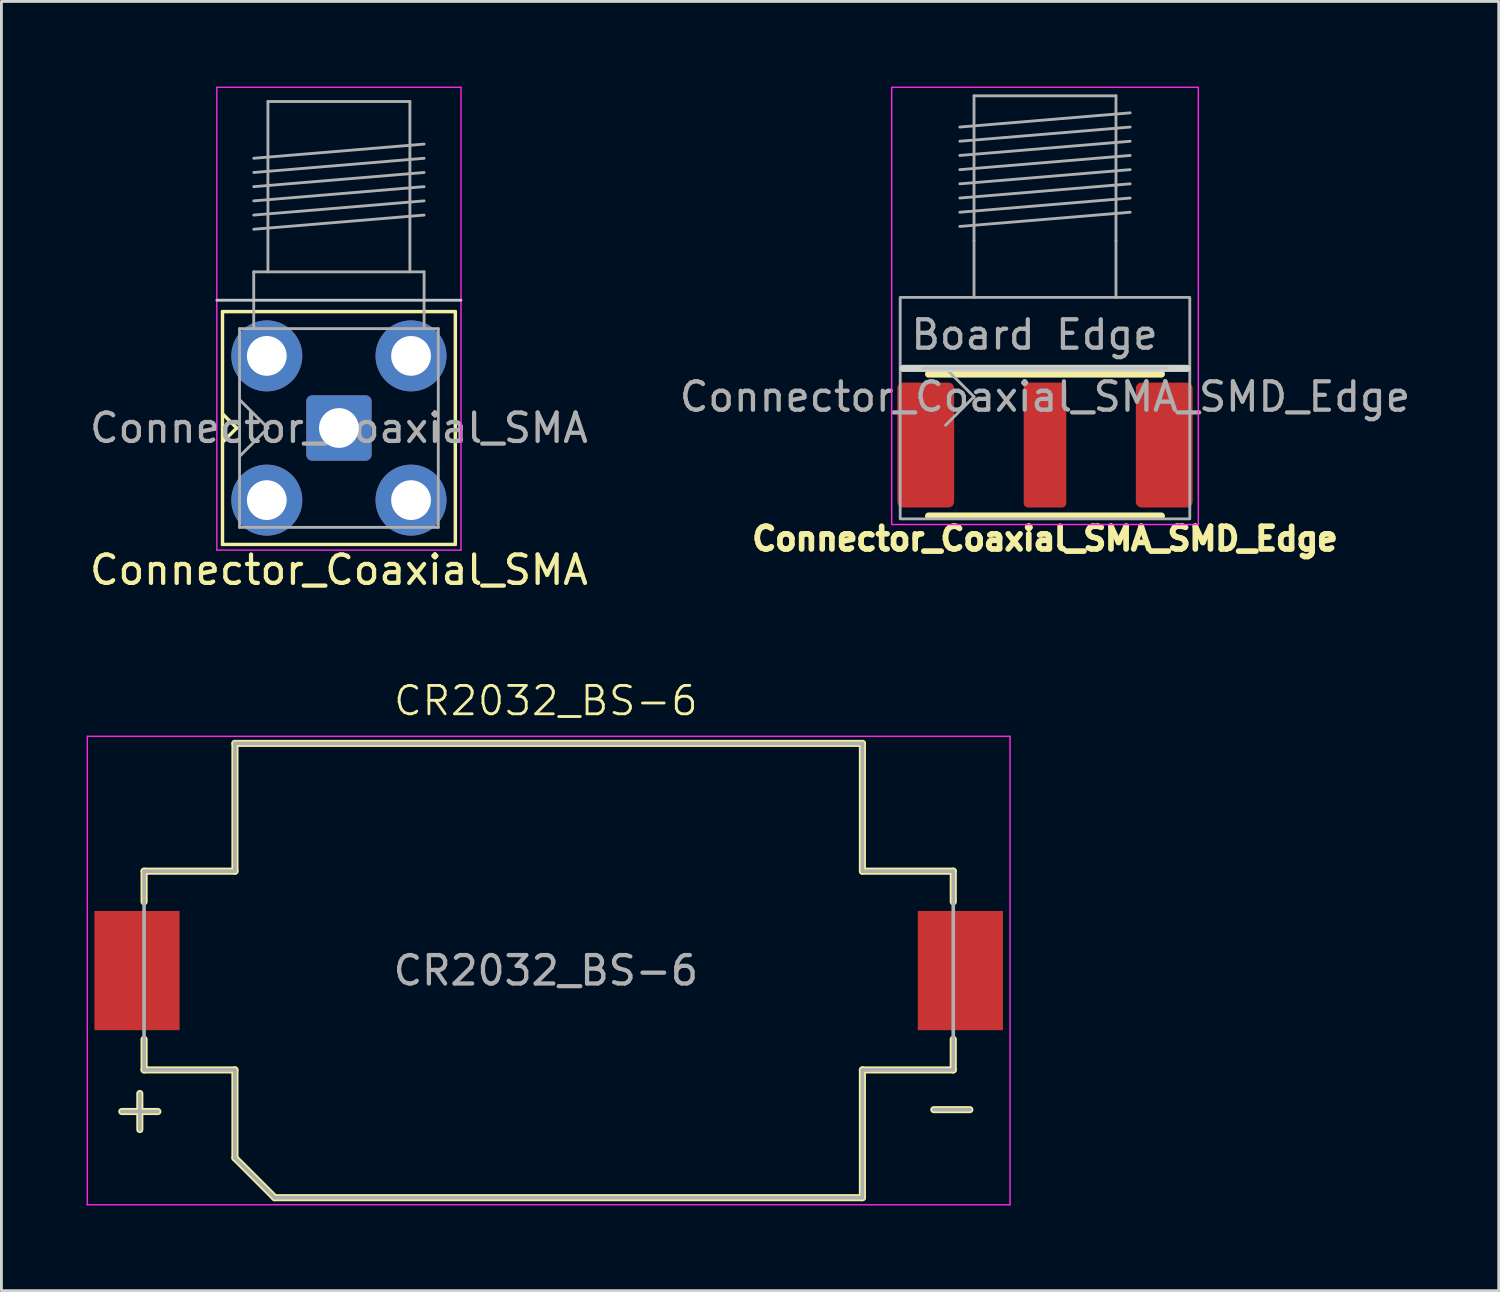
<source format=kicad_pcb>
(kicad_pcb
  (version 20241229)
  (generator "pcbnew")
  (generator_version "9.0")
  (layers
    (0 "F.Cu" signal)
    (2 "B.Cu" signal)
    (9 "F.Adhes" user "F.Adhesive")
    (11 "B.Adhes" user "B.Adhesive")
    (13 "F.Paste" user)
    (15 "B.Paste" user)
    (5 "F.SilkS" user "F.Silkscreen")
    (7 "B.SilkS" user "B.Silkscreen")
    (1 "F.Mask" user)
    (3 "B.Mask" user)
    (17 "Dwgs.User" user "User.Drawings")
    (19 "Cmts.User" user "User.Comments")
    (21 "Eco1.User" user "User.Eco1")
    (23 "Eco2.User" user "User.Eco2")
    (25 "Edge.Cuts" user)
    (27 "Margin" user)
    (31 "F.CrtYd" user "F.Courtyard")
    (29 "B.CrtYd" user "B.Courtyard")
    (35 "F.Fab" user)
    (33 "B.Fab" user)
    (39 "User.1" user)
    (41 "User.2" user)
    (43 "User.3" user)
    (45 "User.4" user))
  (footprint "Connector_Coaxial_SMA_SMD_Edge"
    (layer "F.Cu")
    (at 33.756 10.925)
    (property "Reference" "Connector_Coaxial_SMA_SMD_Edge" (at 0 5 0) (unlocked yes) (layer "F.SilkS") (effects (font (size 0.8 0.8) (thickness 0.2) (bold yes))))
    (attr through_hole)
    (fp_line (start -4.1 -0.8) (end 4.1 -0.8) (stroke (width 0.25) (type solid)) (layer "F.SilkS"))
    (fp_line (start -4.1 4.2) (end 4.1 4.2) (stroke (width 0.25) (type solid)) (layer "F.SilkS"))
    (fp_line (start 4.3 -1) (end -4.3 -1) (stroke (width 0.1) (type solid)) (layer "Dwgs.User"))
    (fp_line (start -5 -1) (end 5 -1) (stroke (width 0.25) (type default)) (layer "Edge.Cuts"))
    (fp_rect (start -5.4 4.5) (end 5.4 -10.9) (stroke (width 0.05) (type default)) (fill no) (layer "F.CrtYd"))
    (fp_line (start -3.5 -1) (end -2.5 0) (stroke (width 0.1) (type solid)) (layer "F.Fab"))
    (fp_line (start -3 -9.5) (end 3 -10) (stroke (width 0.1) (type solid)) (layer "F.Fab"))
    (fp_line (start -3 -9) (end 3 -9.5) (stroke (width 0.1) (type solid)) (layer "F.Fab"))
    (fp_line (start -3 -8.5) (end 3 -9) (stroke (width 0.1) (type solid)) (layer "F.Fab"))
    (fp_line (start -3 -8) (end 3 -8.5) (stroke (width 0.1) (type solid)) (layer "F.Fab"))
    (fp_line (start -3 -7.5) (end 3 -8) (stroke (width 0.1) (type solid)) (layer "F.Fab"))
    (fp_line (start -3 -7) (end 3 -7.5) (stroke (width 0.1) (type solid)) (layer "F.Fab"))
    (fp_line (start -3 -6.5) (end 3 -7) (stroke (width 0.1) (type solid)) (layer "F.Fab"))
    (fp_line (start -3 -6) (end 3 -6.5) (stroke (width 0.1) (type solid)) (layer "F.Fab"))
    (fp_line (start -2.5 -10.6) (end -2.5 -5.5) (stroke (width 0.1) (type solid)) (layer "F.Fab"))
    (fp_line (start -2.5 -10.6) (end 2.5 -10.6) (stroke (width 0.1) (type solid)) (layer "F.Fab"))
    (fp_line (start -2.5 -5.5) (end -2.5 -3.5) (stroke (width 0.1) (type solid)) (layer "F.Fab"))
    (fp_line (start -2.5 0) (end -3.5 1) (stroke (width 0.1) (type solid)) (layer "F.Fab"))
    (fp_line (start 2.5 -10.6) (end 2.5 -5.5) (stroke (width 0.1) (type solid)) (layer "F.Fab"))
    (fp_line (start 2.5 -5.5) (end 2.5 -3.5) (stroke (width 0.1) (type solid)) (layer "F.Fab"))
    (fp_rect (start -5.1 -3.5) (end 5.1 4.3) (stroke (width 0.1) (type default)) (fill no) (layer "F.Fab"))
    (fp_text user "${REFERENCE}" (at 0 0 0) (unlocked yes) (layer "F.Fab") (effects (font (size 1 1) (thickness 0.15))))
    (fp_text user "Board Edge" (at -4.8 -1.6 0) (unlocked yes) (layer "F.Fab") (effects (font (size 1 1) (thickness 0.15)) (justify left bottom)))
    (pad "1" smd roundrect (at 0 1.7) (size 1.5 4.4) (layers "F.Cu" "F.Mask" "F.Paste") (roundrect_rratio 0.1))
    (pad "2" smd roundrect (at -4.2 1.7) (size 2 4.4) (layers "F.Cu" "F.Mask" "F.Paste") (roundrect_rratio 0.1))
    (pad "2" smd roundrect (at 4.2 1.7) (size 2 4.4) (layers "F.Cu" "F.Mask" "F.Paste") (roundrect_rratio 0.1)))
  (footprint "CR2032_BS-6"
    (layer "F.Cu")
    (at 16.175 31.134)
    (property "Reference" "CR2032_BS-6" (at 0 -9.5 0) (unlocked yes) (layer "F.SilkS") (effects (font (size 1 1) (thickness 0.1))))
    (attr smd)
    (fp_line (start -14.3 5.6) (end -14.3 4.33) (stroke (width 0.25) (type solid)) (layer "F.SilkS"))
    (fp_line (start -14.15 -3.5) (end -14.15 -2.42) (stroke (width 0.25) (type solid)) (layer "F.SilkS"))
    (fp_line (start -14.15 2.42) (end -14.15 3.5) (stroke (width 0.25) (type solid)) (layer "F.SilkS"))
    (fp_line (start -14.15 3.5) (end -10.95 3.5) (stroke (width 0.25) (type solid)) (layer "F.SilkS"))
    (fp_line (start -13.665 4.965) (end -14.935 4.965) (stroke (width 0.25) (type solid)) (layer "F.SilkS"))
    (fp_line (start -10.95 -8) (end 11.15 -8) (stroke (width 0.25) (type solid)) (layer "F.SilkS"))
    (fp_line (start -10.95 -3.5) (end -14.15 -3.5) (stroke (width 0.25) (type solid)) (layer "F.SilkS"))
    (fp_line (start -10.95 -3.5) (end -10.95 -8) (stroke (width 0.25) (type solid)) (layer "F.SilkS"))
    (fp_line (start -10.95 6.6) (end -10.95 3.5) (stroke (width 0.25) (type solid)) (layer "F.SilkS"))
    (fp_line (start -9.55 8) (end -10.95 6.6) (stroke (width 0.25) (type solid)) (layer "F.SilkS"))
    (fp_line (start 11.15 -8) (end 11.15 -3.5) (stroke (width 0.25) (type solid)) (layer "F.SilkS"))
    (fp_line (start 11.15 3.5) (end 11.15 8) (stroke (width 0.25) (type solid)) (layer "F.SilkS"))
    (fp_line (start 11.15 3.5) (end 14.35 3.5) (stroke (width 0.25) (type solid)) (layer "F.SilkS"))
    (fp_line (start 11.15 8) (end -9.55 8) (stroke (width 0.25) (type solid)) (layer "F.SilkS"))
    (fp_line (start 13.665 4.9) (end 14.935 4.9) (stroke (width 0.25) (type solid)) (layer "F.SilkS"))
    (fp_line (start 14.35 -3.5) (end 11.15 -3.5) (stroke (width 0.25) (type solid)) (layer "F.SilkS"))
    (fp_line (start 14.35 -3.5) (end 14.35 -2.42) (stroke (width 0.25) (type solid)) (layer "F.SilkS"))
    (fp_line (start 14.35 3.5) (end 14.35 2.42) (stroke (width 0.25) (type solid)) (layer "F.SilkS"))
    (fp_line (start -16.15 -8.25) (end -16.15 8.25) (stroke (width 0.05) (type solid)) (layer "F.CrtYd"))
    (fp_line (start -16.15 8.25) (end 16.35 8.25) (stroke (width 0.05) (type solid)) (layer "F.CrtYd"))
    (fp_line (start 16.35 -8.25) (end -16.15 -8.25) (stroke (width 0.05) (type solid)) (layer "F.CrtYd"))
    (fp_line (start 16.35 8.25) (end 16.35 -8.25) (stroke (width 0.05) (type solid)) (layer "F.CrtYd"))
    (fp_line (start -14.3 5.6) (end -14.3 4.33) (stroke (width 0.127) (type solid)) (layer "F.Fab"))
    (fp_line (start -14.15 -3.5) (end -14.15 3.5) (stroke (width 0.127) (type solid)) (layer "F.Fab"))
    (fp_line (start -14.15 3.5) (end -10.95 3.5) (stroke (width 0.127) (type solid)) (layer "F.Fab"))
    (fp_line (start -13.665 4.965) (end -14.935 4.965) (stroke (width 0.127) (type solid)) (layer "F.Fab"))
    (fp_line (start -10.95 -8) (end 11.15 -8) (stroke (width 0.127) (type solid)) (layer "F.Fab"))
    (fp_line (start -10.95 -3.5) (end -14.15 -3.5) (stroke (width 0.127) (type solid)) (layer "F.Fab"))
    (fp_line (start -10.95 -3.5) (end -10.95 -8) (stroke (width 0.127) (type solid)) (layer "F.Fab"))
    (fp_line (start -10.95 6.6) (end -10.95 3.5) (stroke (width 0.127) (type solid)) (layer "F.Fab"))
    (fp_line (start -9.55 8) (end -10.95 6.6) (stroke (width 0.127) (type solid)) (layer "F.Fab"))
    (fp_line (start 11.15 -8) (end 11.15 -3.5) (stroke (width 0.127) (type solid)) (layer "F.Fab"))
    (fp_line (start 11.15 3.5) (end 11.15 8) (stroke (width 0.127) (type solid)) (layer "F.Fab"))
    (fp_line (start 11.15 3.5) (end 14.35 3.5) (stroke (width 0.127) (type solid)) (layer "F.Fab"))
    (fp_line (start 11.15 8) (end -9.55 8) (stroke (width 0.127) (type solid)) (layer "F.Fab"))
    (fp_line (start 13.665 4.9) (end 14.935 4.9) (stroke (width 0.127) (type solid)) (layer "F.Fab"))
    (fp_line (start 14.35 -3.5) (end 11.15 -3.5) (stroke (width 0.127) (type solid)) (layer "F.Fab"))
    (fp_line (start 14.35 3.5) (end 14.35 -3.5) (stroke (width 0.127) (type solid)) (layer "F.Fab"))
    (fp_text user "${REFERENCE}" (at 0 0 0) (unlocked yes) (layer "F.Fab") (effects (font (size 1 1) (thickness 0.15))))
    (pad "1" smd rect (at -14.4 0) (size 3 4.2) (layers "F.Cu" "F.Mask" "F.Paste"))
    (pad "2" smd rect (at 14.6 0) (size 3 4.2) (layers "F.Cu" "F.Mask" "F.Paste")))
  (footprint "Connector_Coaxial_SMA"
    (layer "F.Cu")
    (at 8.887 12.025)
    (property "Reference" "Connector_Coaxial_SMA" (at 0 5 0) (unlocked yes) (layer "F.SilkS") (effects (font (size 1 1) (thickness 0.15))))
    (attr through_hole)
    (fp_line (start -4.1 -4.1) (end -4.1 4.1) (stroke (width 0.12) (type solid)) (layer "F.SilkS"))
    (fp_line (start -4.1 -4.1) (end 4.1 -4.1) (stroke (width 0.12) (type solid)) (layer "F.SilkS"))
    (fp_line (start -4.1 0.5) (end -3.6 0) (stroke (width 0.12) (type solid)) (layer "F.SilkS"))
    (fp_line (start -4.1 4.1) (end 4.1 4.1) (stroke (width 0.12) (type solid)) (layer "F.SilkS"))
    (fp_line (start -3.6 0) (end -4.1 -0.5) (stroke (width 0.12) (type solid)) (layer "F.SilkS"))
    (fp_line (start 4.1 -4.1) (end 4.1 4.1) (stroke (width 0.12) (type solid)) (layer "F.SilkS"))
    (fp_line (start 4.3 -4.5) (end -4.3 -4.5) (stroke (width 0.1) (type solid)) (layer "Dwgs.User"))
    (fp_line (start -4.3 -12) (end -4.3 4.3) (stroke (width 0.05) (type solid)) (layer "F.CrtYd"))
    (fp_line (start -4.3 -12) (end 4.3 -12) (stroke (width 0.05) (type solid)) (layer "F.CrtYd"))
    (fp_line (start 4.3 4.3) (end -4.3 4.3) (stroke (width 0.05) (type solid)) (layer "F.CrtYd"))
    (fp_line (start 4.3 4.3) (end 4.3 -12) (stroke (width 0.05) (type solid)) (layer "F.CrtYd"))
    (fp_line (start -3.5 -3.5) (end -3.5 3.5) (stroke (width 0.1) (type solid)) (layer "F.Fab"))
    (fp_line (start -3.5 -3.5) (end 3.5 -3.5) (stroke (width 0.1) (type solid)) (layer "F.Fab"))
    (fp_line (start -3.5 -1) (end -2.5 0) (stroke (width 0.1) (type solid)) (layer "F.Fab"))
    (fp_line (start -3.5 3.5) (end 3.5 3.5) (stroke (width 0.1) (type solid)) (layer "F.Fab"))
    (fp_line (start -3 -9.5) (end 3 -10) (stroke (width 0.1) (type solid)) (layer "F.Fab"))
    (fp_line (start -3 -9) (end 3 -9.5) (stroke (width 0.1) (type solid)) (layer "F.Fab"))
    (fp_line (start -3 -8.5) (end 3 -9) (stroke (width 0.1) (type solid)) (layer "F.Fab"))
    (fp_line (start -3 -8) (end 3 -8.5) (stroke (width 0.1) (type solid)) (layer "F.Fab"))
    (fp_line (start -3 -7.5) (end 3 -8) (stroke (width 0.1) (type solid)) (layer "F.Fab"))
    (fp_line (start -3 -7) (end 3 -7.5) (stroke (width 0.1) (type solid)) (layer "F.Fab"))
    (fp_line (start -3 -5.5) (end -3 -3.5) (stroke (width 0.1) (type solid)) (layer "F.Fab"))
    (fp_line (start -2.5 -11.5) (end -2.5 -5.5) (stroke (width 0.1) (type solid)) (layer "F.Fab"))
    (fp_line (start -2.5 -11.5) (end 2.5 -11.5) (stroke (width 0.1) (type solid)) (layer "F.Fab"))
    (fp_line (start -2.5 0) (end -3.5 1) (stroke (width 0.1) (type solid)) (layer "F.Fab"))
    (fp_line (start 2.5 -11.5) (end 2.5 -5.5) (stroke (width 0.1) (type solid)) (layer "F.Fab"))
    (fp_line (start 3 -5.5) (end -3 -5.5) (stroke (width 0.1) (type solid)) (layer "F.Fab"))
    (fp_line (start 3 -5.5) (end 3 -3.5) (stroke (width 0.1) (type solid)) (layer "F.Fab"))
    (fp_line (start 3.5 -3.5) (end 3.5 3.5) (stroke (width 0.1) (type solid)) (layer "F.Fab"))
    (fp_text user "${REFERENCE}" (at 0 0 0) (unlocked yes) (layer "F.Fab") (effects (font (size 1 1) (thickness 0.15))))
    (pad "1" thru_hole roundrect (at 0 0) (size 2.3 2.3) (drill 1.4) (layers "*.Cu" "*.Mask") (remove_unused_layers yes) (keep_end_layers yes) (zone_layer_connections) (roundrect_rratio 0.087))
    (pad "2" thru_hole circle (at -2.54 -2.54) (size 2.5 2.5) (drill 1.4) (layers "*.Cu" "*.Mask") (remove_unused_layers yes) (keep_end_layers yes) (zone_layer_connections))
    (pad "2" thru_hole circle (at -2.54 2.54) (size 2.5 2.5) (drill 1.4) (layers "*.Cu" "*.Mask") (remove_unused_layers yes) (keep_end_layers yes) (zone_layer_connections))
    (pad "2" thru_hole circle (at 2.54 -2.54) (size 2.5 2.5) (drill 1.4) (layers "*.Cu" "*.Mask") (remove_unused_layers yes) (keep_end_layers yes) (zone_layer_connections))
    (pad "2" thru_hole circle (at 2.54 2.54) (size 2.5 2.5) (drill 1.4) (layers "*.Cu" "*.Mask") (remove_unused_layers yes) (keep_end_layers yes) (zone_layer_connections)))
  (gr_rect
    (start -3 -3)
    (end 49.738 42.409)
    (stroke (width 0.1) (type default))
    (fill no)
    (layer "Edge.Cuts")))
</source>
